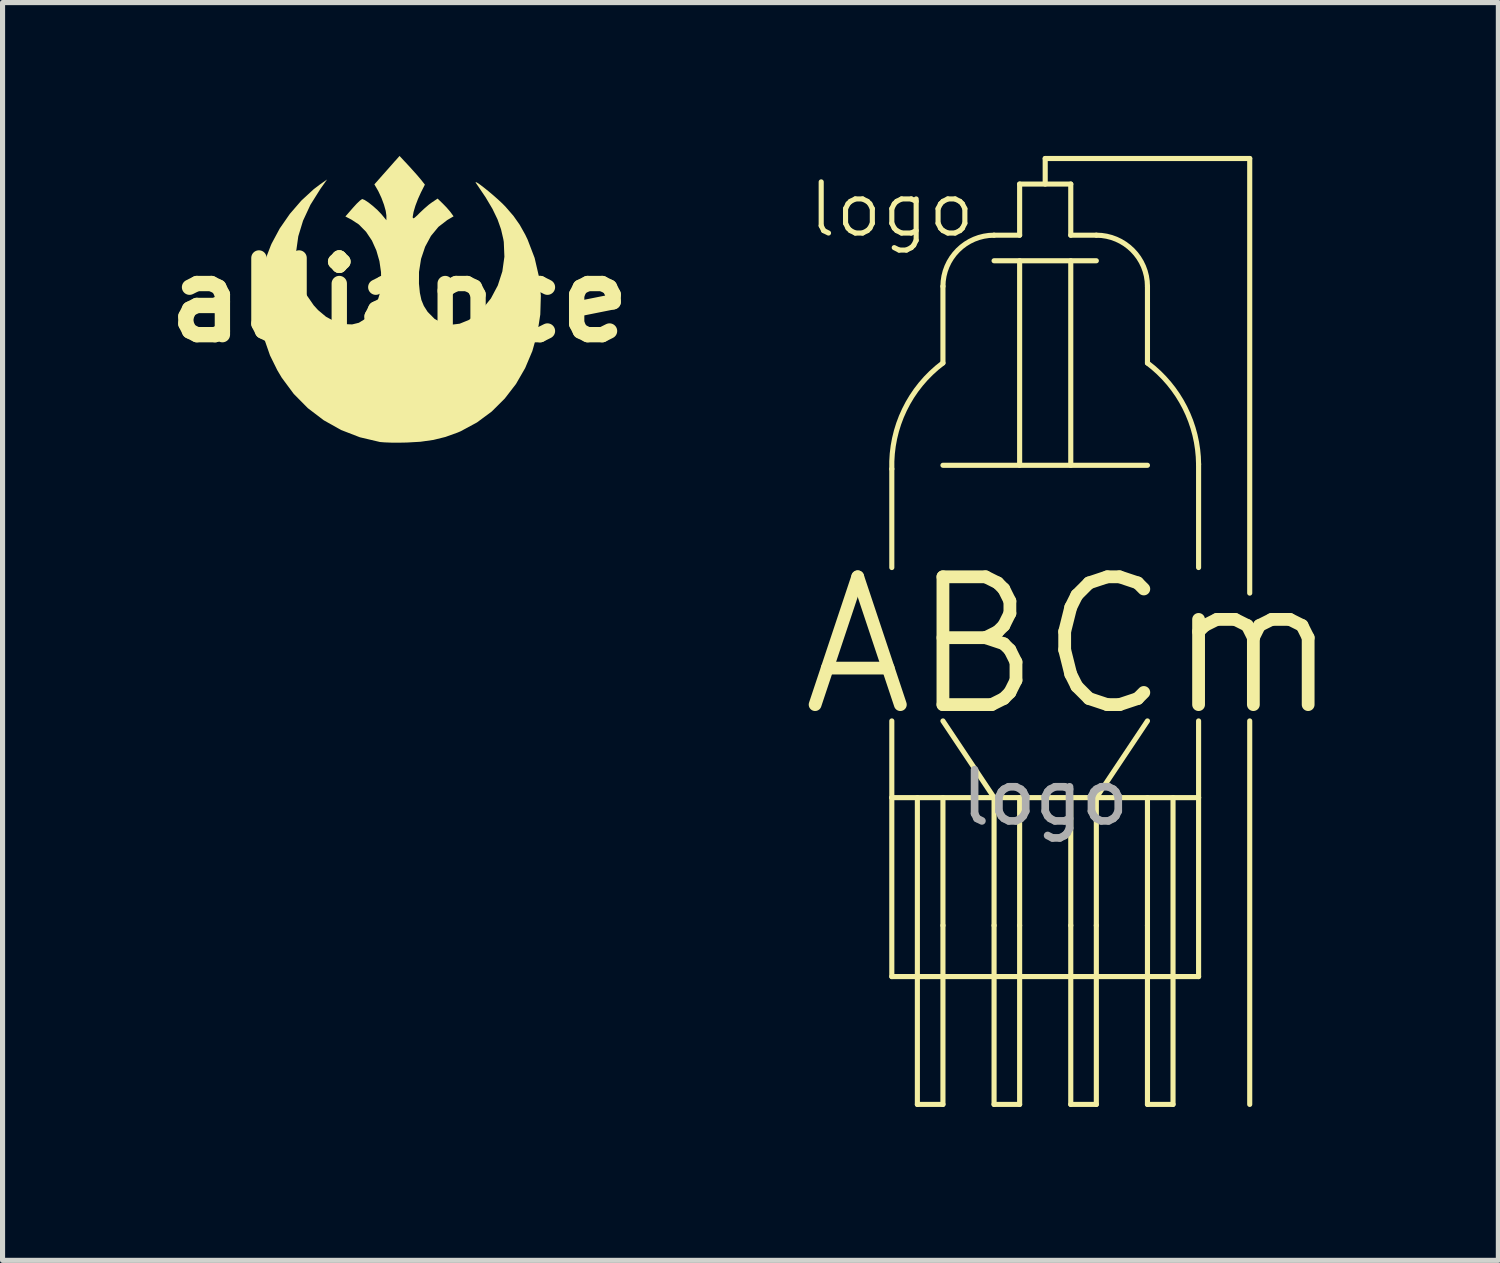
<source format=kicad_pcb>
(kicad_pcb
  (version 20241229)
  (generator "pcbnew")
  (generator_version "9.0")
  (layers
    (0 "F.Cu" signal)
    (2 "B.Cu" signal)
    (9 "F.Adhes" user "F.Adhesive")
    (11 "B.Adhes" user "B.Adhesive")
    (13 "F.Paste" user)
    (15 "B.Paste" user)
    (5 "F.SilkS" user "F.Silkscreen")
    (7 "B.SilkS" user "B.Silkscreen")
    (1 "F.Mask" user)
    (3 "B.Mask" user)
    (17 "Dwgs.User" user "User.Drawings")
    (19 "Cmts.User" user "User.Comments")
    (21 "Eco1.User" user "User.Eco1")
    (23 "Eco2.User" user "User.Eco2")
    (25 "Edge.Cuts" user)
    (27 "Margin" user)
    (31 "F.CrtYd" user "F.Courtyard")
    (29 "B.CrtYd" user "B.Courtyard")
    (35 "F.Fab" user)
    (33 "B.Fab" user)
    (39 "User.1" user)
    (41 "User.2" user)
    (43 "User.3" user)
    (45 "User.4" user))
  (footprint "alliance"
    (layer "F.Cu")
    (at 4.764 2.817)
    (property "Reference" "alliance" (at 0 0 0) (layer "F.SilkS") (effects (font (size 1.5 1.5) (thickness 0.3))))
    (attr board_only exclude_from_pos_files exclude_from_bom)
    (fp_poly (pts (xy 0.173 -2.632) (xy 0.262 -2.534) (xy 0.346 -2.44) (xy 0.409 -2.365) (xy 0.421 -2.351) (xy 0.496 -2.256) (xy 0.419 -2.104) (xy 0.361 -1.976) (xy 0.31 -1.842) (xy 0.274 -1.72) (xy 0.258 -1.628) (xy 0.257 -1.618) (xy 0.266 -1.596) (xy 0.294 -1.608) (xy 0.351 -1.659) (xy 0.39 -1.699) (xy 0.48 -1.784) (xy 0.574 -1.865) (xy 0.634 -1.909) (xy 0.745 -1.983) (xy 0.846 -1.885) (xy 0.92 -1.809) (xy 0.985 -1.734) (xy 1.002 -1.712) (xy 1.057 -1.636) (xy 0.933 -1.563) (xy 0.761 -1.43) (xy 0.615 -1.253) (xy 0.501 -1.042) (xy 0.421 -0.804) (xy 0.381 -0.549) (xy 0.38 -0.319) (xy 0.398 -0.139) (xy 0.428 0.001) (xy 0.476 0.117) (xy 0.545 0.225) (xy 0.552 0.235) (xy 0.686 0.37) (xy 0.838 0.454) (xy 1.003 0.485) (xy 1.176 0.464) (xy 1.353 0.392) (xy 1.528 0.269) (xy 1.609 0.192) (xy 1.787 -0.03) (xy 1.922 -0.284) (xy 2.011 -0.559) (xy 2.051 -0.846) (xy 2.039 -1.135) (xy 2.03 -1.189) (xy 1.985 -1.383) (xy 1.916 -1.578) (xy 1.817 -1.783) (xy 1.684 -2.007) (xy 1.514 -2.259) (xy 1.494 -2.288) (xy 1.487 -2.308) (xy 1.515 -2.296) (xy 1.571 -2.259) (xy 1.647 -2.201) (xy 1.737 -2.129) (xy 1.832 -2.049) (xy 1.925 -1.967) (xy 2.009 -1.889) (xy 2.071 -1.826) (xy 2.228 -1.645) (xy 2.351 -1.47) (xy 2.458 -1.279) (xy 2.505 -1.181) (xy 2.642 -0.823) (xy 2.727 -0.456) (xy 2.764 -0.085) (xy 2.753 0.284) (xy 2.697 0.647) (xy 2.598 0.998) (xy 2.457 1.332) (xy 2.277 1.644) (xy 2.058 1.928) (xy 1.804 2.181) (xy 1.515 2.395) (xy 1.195 2.568) (xy 1.131 2.595) (xy 0.897 2.679) (xy 0.662 2.737) (xy 0.408 2.773) (xy 0.143 2.788) (xy -0.015 2.791) (xy -0.165 2.79) (xy -0.292 2.785) (xy -0.38 2.778) (xy -0.386 2.777) (xy -0.776 2.685) (xy -1.143 2.543) (xy -1.483 2.352) (xy -1.793 2.116) (xy -2.068 1.838) (xy -2.303 1.521) (xy -2.391 1.373) (xy -2.533 1.085) (xy -2.633 0.798) (xy -2.695 0.497) (xy -2.724 0.168) (xy -2.726 0.014) (xy -2.715 -0.292) (xy -2.678 -0.563) (xy -2.614 -0.816) (xy -2.517 -1.068) (xy -2.5 -1.106) (xy -2.342 -1.4) (xy -2.145 -1.684) (xy -1.92 -1.944) (xy -1.678 -2.167) (xy -1.558 -2.258) (xy -1.417 -2.357) (xy -1.548 -2.172) (xy -1.743 -1.861) (xy -1.887 -1.551) (xy -1.98 -1.246) (xy -2.022 -0.947) (xy -2.012 -0.66) (xy -1.952 -0.386) (xy -1.84 -0.13) (xy -1.678 0.105) (xy -1.594 0.197) (xy -1.439 0.327) (xy -1.268 0.42) (xy -1.094 0.471) (xy -0.927 0.478) (xy -0.796 0.446) (xy -0.647 0.354) (xy -0.529 0.223) (xy -0.442 0.06) (xy -0.386 -0.128) (xy -0.359 -0.332) (xy -0.362 -0.545) (xy -0.393 -0.759) (xy -0.453 -0.968) (xy -0.54 -1.162) (xy -0.655 -1.334) (xy -0.796 -1.477) (xy -0.941 -1.572) (xy -1.059 -1.633) (xy -0.911 -1.803) (xy -0.837 -1.884) (xy -0.774 -1.944) (xy -0.733 -1.973) (xy -0.728 -1.974) (xy -0.681 -1.955) (xy -0.606 -1.906) (xy -0.519 -1.837) (xy -0.431 -1.758) (xy -0.357 -1.681) (xy -0.346 -1.668) (xy -0.257 -1.56) (xy -0.257 -1.651) (xy -0.27 -1.742) (xy -0.304 -1.863) (xy -0.353 -1.995) (xy -0.41 -2.118) (xy -0.436 -2.165) (xy -0.492 -2.261) (xy -0.325 -2.45) (xy -0.237 -2.549) (xy -0.154 -2.643) (xy -0.091 -2.715) (xy -0.078 -2.728) (xy 0.00015 -2.817)) (stroke (width 0) (type solid)) (fill yes) (layer "F.SilkS")))
  (footprint "logo"
    (layer "F.Cu")
    (at 17.392 8.55)
    (property "Reference" "logo" (at -3 -7.5 0) (unlocked yes) (layer "F.SilkS") (effects (font (size 1 1) (thickness 0.1))))
    (fp_line (start -3 -2.428) (end -3 -0.5) (stroke (width 0.1) (type default)) (layer "F.SilkS"))
    (fp_line (start -3 2.5) (end -3 4) (stroke (width 0.1) (type default)) (layer "F.SilkS"))
    (fp_line (start -3 4) (end -3 7.5) (stroke (width 0.1) (type default)) (layer "F.SilkS"))
    (fp_line (start -3 4) (end 3 4) (stroke (width 0.1) (type default)) (layer "F.SilkS"))
    (fp_line (start -2.5 7.5) (end -2.5 4) (stroke (width 0.1) (type default)) (layer "F.SilkS"))
    (fp_line (start -2.5 7.5) (end -2.5 10) (stroke (width 0.1) (type default)) (layer "F.SilkS"))
    (fp_line (start -2.5 10) (end -2 10) (stroke (width 0.1) (type default)) (layer "F.SilkS"))
    (fp_line (start -2 -6) (end -2 -4.5) (stroke (width 0.1) (type default)) (layer "F.SilkS"))
    (fp_line (start -2 -2.5) (end 2 -2.5) (stroke (width 0.1) (type default)) (layer "F.SilkS"))
    (fp_line (start -2 6.5) (end -2 4) (stroke (width 0.1) (type default)) (layer "F.SilkS"))
    (fp_line (start -2 10) (end -2 6.5) (stroke (width 0.1) (type default)) (layer "F.SilkS"))
    (fp_line (start -1 -7) (end -0.5 -7) (stroke (width 0.1) (type default)) (layer "F.SilkS"))
    (fp_line (start -1 -6.5) (end 1 -6.5) (stroke (width 0.1) (type default)) (layer "F.SilkS"))
    (fp_line (start -1 4) (end -2 2.5) (stroke (width 0.1) (type default)) (layer "F.SilkS"))
    (fp_line (start -1 6.5) (end -1 4) (stroke (width 0.1) (type default)) (layer "F.SilkS"))
    (fp_line (start -1 6.5) (end -1 10) (stroke (width 0.1) (type default)) (layer "F.SilkS"))
    (fp_line (start -1 10) (end -0.5 10) (stroke (width 0.1) (type default)) (layer "F.SilkS"))
    (fp_line (start -0.5 -8) (end 0.5 -8) (stroke (width 0.1) (type default)) (layer "F.SilkS"))
    (fp_line (start -0.5 -7) (end -0.5 -8) (stroke (width 0.1) (type default)) (layer "F.SilkS"))
    (fp_line (start -0.5 -6.5) (end -0.5 -2.5) (stroke (width 0.1) (type default)) (layer "F.SilkS"))
    (fp_line (start -0.5 6.5) (end -0.5 4) (stroke (width 0.1) (type default)) (layer "F.SilkS"))
    (fp_line (start -0.5 10) (end -0.5 6.5) (stroke (width 0.1) (type default)) (layer "F.SilkS"))
    (fp_line (start 0 -8.5) (end 4 -8.5) (stroke (width 0.1) (type default)) (layer "F.SilkS"))
    (fp_line (start 0 -8) (end 0 -8.5) (stroke (width 0.1) (type default)) (layer "F.SilkS"))
    (fp_line (start 0.5 -8) (end 0.5 -7) (stroke (width 0.1) (type default)) (layer "F.SilkS"))
    (fp_line (start 0.5 -7) (end 1 -7) (stroke (width 0.1) (type default)) (layer "F.SilkS"))
    (fp_line (start 0.5 -6.5) (end 0.5 -2.5) (stroke (width 0.1) (type default)) (layer "F.SilkS"))
    (fp_line (start 0.5 6.5) (end 0.5 4) (stroke (width 0.1) (type default)) (layer "F.SilkS"))
    (fp_line (start 0.5 6.5) (end 0.5 10) (stroke (width 0.1) (type default)) (layer "F.SilkS"))
    (fp_line (start 0.5 10) (end 1 10) (stroke (width 0.1) (type default)) (layer "F.SilkS"))
    (fp_line (start 1 4) (end 2 2.5) (stroke (width 0.1) (type default)) (layer "F.SilkS"))
    (fp_line (start 1 6.5) (end 1 4) (stroke (width 0.1) (type default)) (layer "F.SilkS"))
    (fp_line (start 1 10) (end 1 6.5) (stroke (width 0.1) (type default)) (layer "F.SilkS"))
    (fp_line (start 2 -6) (end 2 -4.5) (stroke (width 0.1) (type default)) (layer "F.SilkS"))
    (fp_line (start 2 6.5) (end 2 4) (stroke (width 0.1) (type default)) (layer "F.SilkS"))
    (fp_line (start 2 6.5) (end 2 10) (stroke (width 0.1) (type default)) (layer "F.SilkS"))
    (fp_line (start 2.5 7.5) (end 2.5 4) (stroke (width 0.1) (type default)) (layer "F.SilkS"))
    (fp_line (start 2.5 7.5) (end 2.5 10) (stroke (width 0.1) (type default)) (layer "F.SilkS"))
    (fp_line (start 2.5 10) (end 2 10) (stroke (width 0.1) (type default)) (layer "F.SilkS"))
    (fp_line (start 3 -2.522) (end 3 -0.5) (stroke (width 0.1) (type default)) (layer "F.SilkS"))
    (fp_line (start 3 4) (end 3 2.5) (stroke (width 0.1) (type default)) (layer "F.SilkS"))
    (fp_line (start 3 4) (end 3 7.5) (stroke (width 0.1) (type default)) (layer "F.SilkS"))
    (fp_line (start 3 7.5) (end -3 7.5) (stroke (width 0.1) (type default)) (layer "F.SilkS"))
    (fp_line (start 4 -8.5) (end 4 0) (stroke (width 0.1) (type default)) (layer "F.SilkS"))
    (fp_line (start 4 2.5) (end 4 10) (stroke (width 0.1) (type default)) (layer "F.SilkS"))
    (fp_arc (start -3 -2.427521) (mid -2.752981 -3.585969) (end -2.00063 -4.50084) (stroke (width 0.1) (type default)) (layer "F.SilkS"))
    (fp_arc (start -1.999999 -5.999999) (mid -1.707106 -6.707106) (end -0.999999 -6.999999) (stroke (width 0.1) (type default)) (layer "F.SilkS"))
    (fp_arc (start 1 -7) (mid 1.707107 -6.707107) (end 2 -6) (stroke (width 0.1) (type default)) (layer "F.SilkS"))
    (fp_arc (start 2.000057 -4.500076) (mid 2.731234 -3.627861) (end 2.999999 -2.521903) (stroke (width 0.1) (type default)) (layer "F.SilkS"))
    (fp_text user "ABCm" (at 0.5 2.5 0) (unlocked yes) (layer "F.SilkS") (effects (font (size 2.5 2.5) (thickness 0.25)) (justify bottom)))
    (fp_text user "${REFERENCE}" (at 0 4 0) (unlocked yes) (layer "F.Fab") (effects (font (size 1 1) (thickness 0.15)))))
  (gr_rect
    (start -3 -3)
    (end 26.255 21.6)
    (stroke (width 0.1) (type default))
    (fill no)
    (layer "Edge.Cuts")))
</source>
